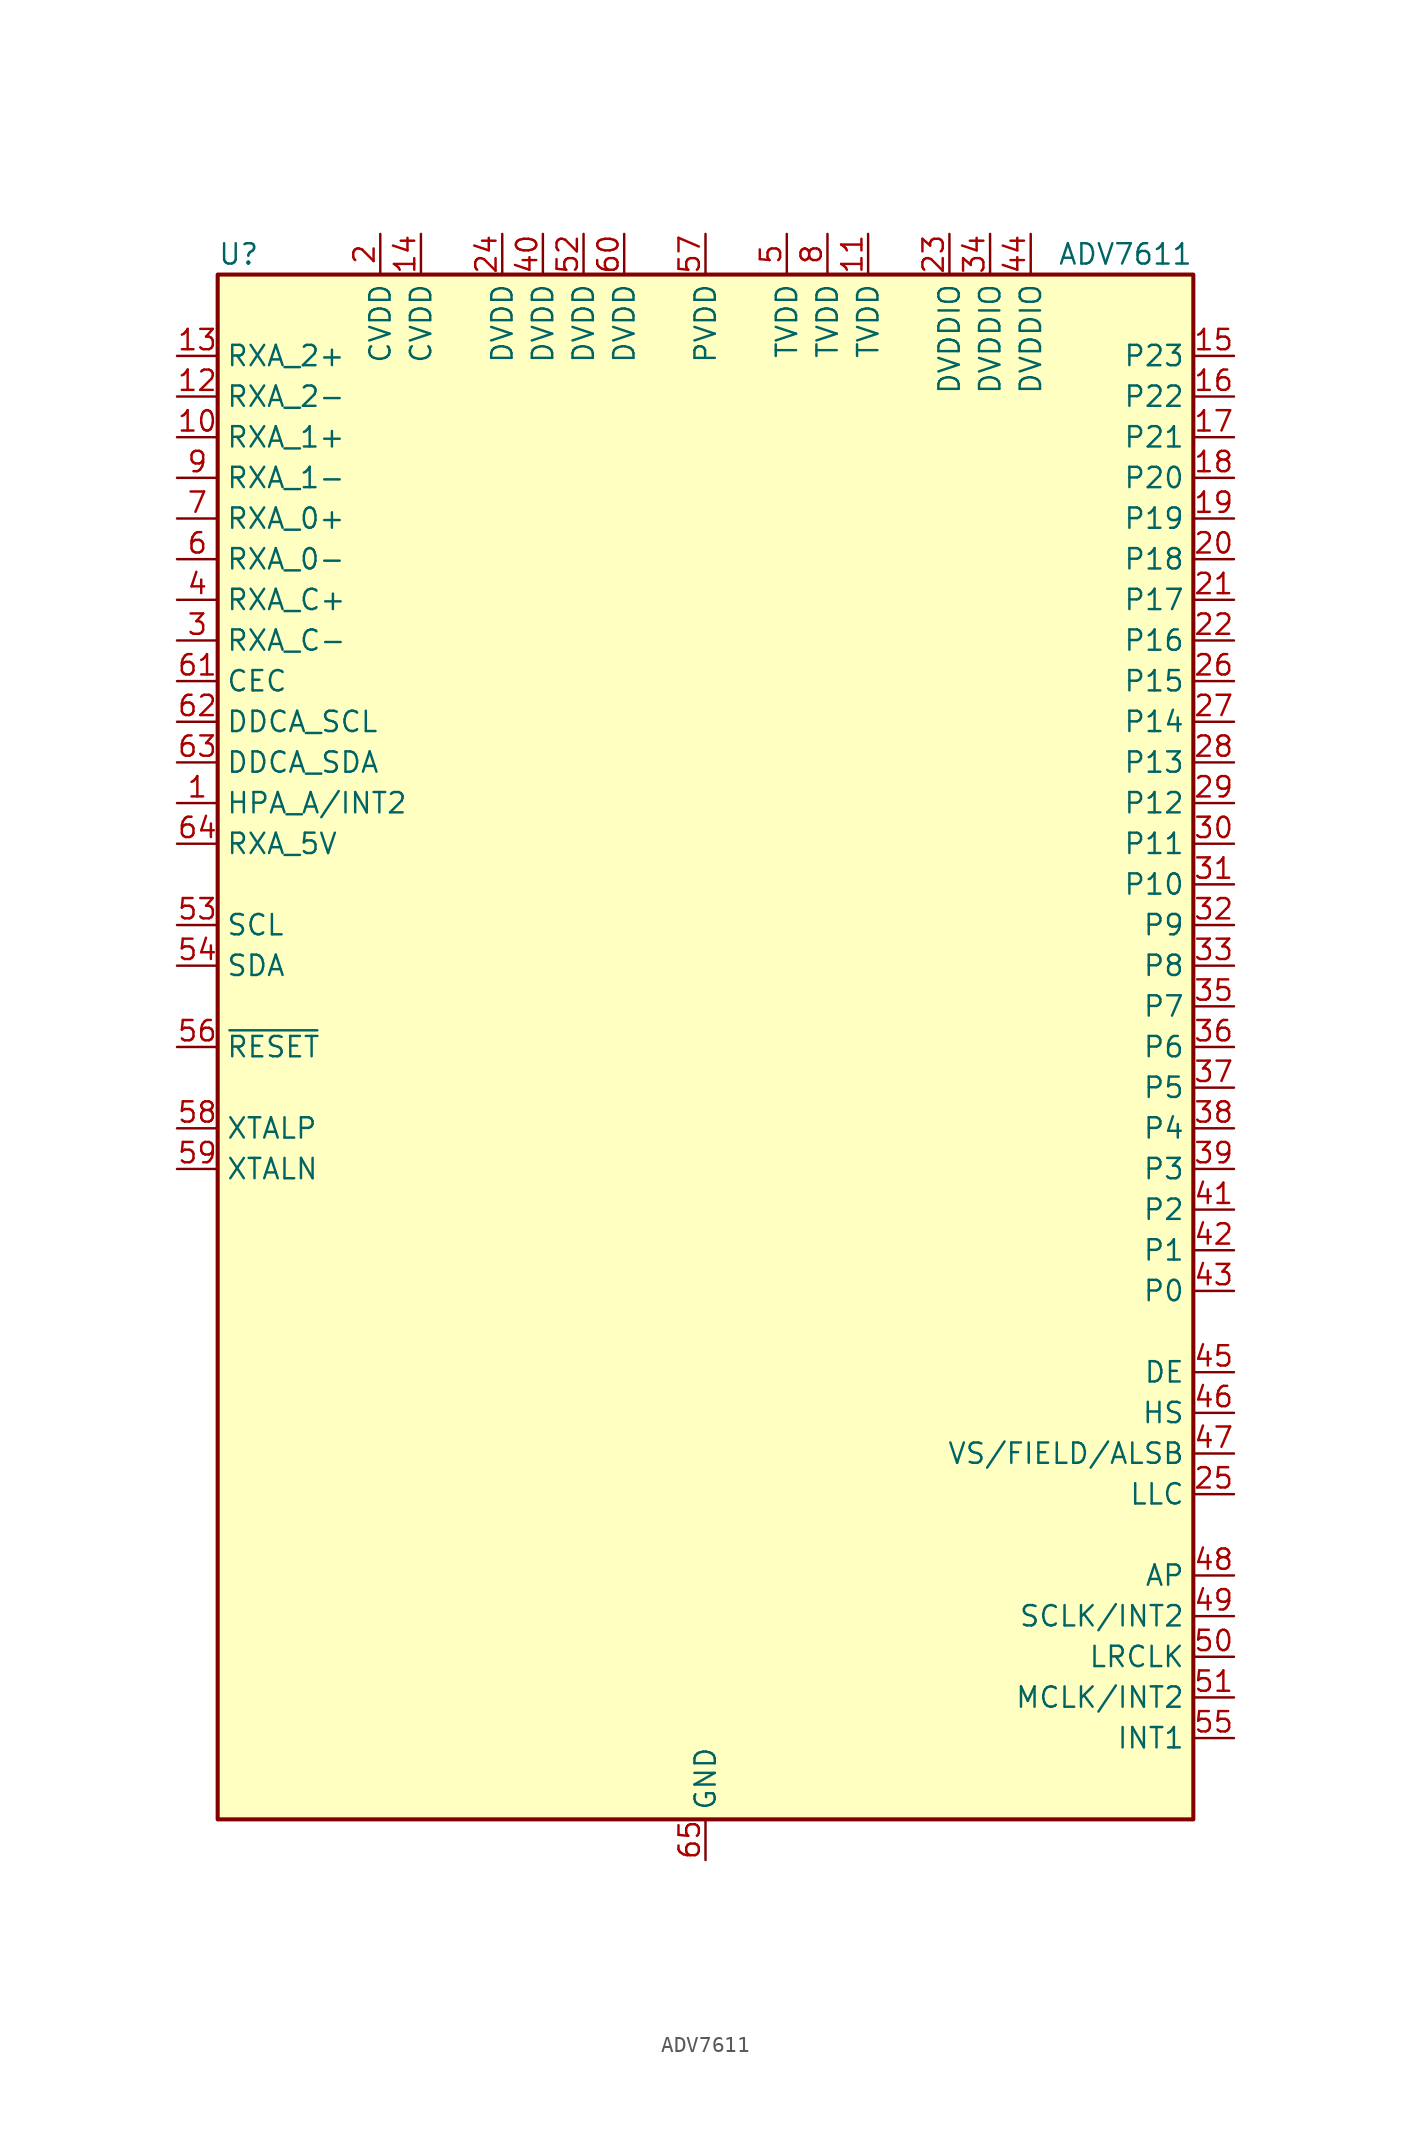
<source format=kicad_sym>
(kicad_symbol_lib
  (version 20201005)
  (generator kicad_symbol_editor)
  (symbol "ADV7611"
    (property "Reference" "U"
      (at -30.48 49.53 0)
      (effects (font (size 1.27 1.27)) (justify left)))
    (property "Value" "ADV7611"
      (at 30.48 49.53 0)
      (effects (font (size 1.27 1.27)) (justify right)))
    (symbol "ADV7611_0_1"
      (rectangle (start -30.48 48.26) (end 30.48 -48.26) (stroke (width 0.254)) (fill (type background))))
    (symbol "ADV7611_1_1"
      (pin bidirectional line (at -33.02 15.24 0) (length 2.54) (name "HPA_A/INT2" (effects (font (size 1.27 1.27)))) (number "1" (effects (font (size 1.27 1.27)))))
      (pin input line (at -33.02 38.1 0) (length 2.54) (name "RXA_1+" (effects (font (size 1.27 1.27)))) (number "10" (effects (font (size 1.27 1.27)))))
      (pin power_in line (at 10.16 50.8 270) (length 2.54) (name "TVDD" (effects (font (size 1.27 1.27)))) (number "11" (effects (font (size 1.27 1.27)))))
      (pin input line (at -33.02 40.64 0) (length 2.54) (name "RXA_2−" (effects (font (size 1.27 1.27)))) (number "12" (effects (font (size 1.27 1.27)))))
      (pin input line (at -33.02 43.18 0) (length 2.54) (name "RXA_2+" (effects (font (size 1.27 1.27)))) (number "13" (effects (font (size 1.27 1.27)))))
      (pin power_in line (at -17.78 50.8 270) (length 2.54) (name "CVDD" (effects (font (size 1.27 1.27)))) (number "14" (effects (font (size 1.27 1.27)))))
      (pin output line (at 33.02 43.18 180) (length 2.54) (name "P23" (effects (font (size 1.27 1.27)))) (number "15" (effects (font (size 1.27 1.27)))))
      (pin output line (at 33.02 40.64 180) (length 2.54) (name "P22" (effects (font (size 1.27 1.27)))) (number "16" (effects (font (size 1.27 1.27)))))
      (pin output line (at 33.02 38.1 180) (length 2.54) (name "P21" (effects (font (size 1.27 1.27)))) (number "17" (effects (font (size 1.27 1.27)))))
      (pin output line (at 33.02 35.56 180) (length 2.54) (name "P20" (effects (font (size 1.27 1.27)))) (number "18" (effects (font (size 1.27 1.27)))))
      (pin output line (at 33.02 33.02 180) (length 2.54) (name "P19" (effects (font (size 1.27 1.27)))) (number "19" (effects (font (size 1.27 1.27)))))
      (pin power_in line (at -20.32 50.8 270) (length 2.54) (name "CVDD" (effects (font (size 1.27 1.27)))) (number "2" (effects (font (size 1.27 1.27)))))
      (pin output line (at 33.02 30.48 180) (length 2.54) (name "P18" (effects (font (size 1.27 1.27)))) (number "20" (effects (font (size 1.27 1.27)))))
      (pin output line (at 33.02 27.94 180) (length 2.54) (name "P17" (effects (font (size 1.27 1.27)))) (number "21" (effects (font (size 1.27 1.27)))))
      (pin output line (at 33.02 25.4 180) (length 2.54) (name "P16" (effects (font (size 1.27 1.27)))) (number "22" (effects (font (size 1.27 1.27)))))
      (pin power_in line (at 15.24 50.8 270) (length 2.54) (name "DVDDIO" (effects (font (size 1.27 1.27)))) (number "23" (effects (font (size 1.27 1.27)))))
      (pin power_in line (at -12.7 50.8 270) (length 2.54) (name "DVDD" (effects (font (size 1.27 1.27)))) (number "24" (effects (font (size 1.27 1.27)))))
      (pin output line (at 33.02 -27.94 180) (length 2.54) (name "LLC" (effects (font (size 1.27 1.27)))) (number "25" (effects (font (size 1.27 1.27)))))
      (pin output line (at 33.02 22.86 180) (length 2.54) (name "P15" (effects (font (size 1.27 1.27)))) (number "26" (effects (font (size 1.27 1.27)))))
      (pin output line (at 33.02 20.32 180) (length 2.54) (name "P14" (effects (font (size 1.27 1.27)))) (number "27" (effects (font (size 1.27 1.27)))))
      (pin output line (at 33.02 17.78 180) (length 2.54) (name "P13" (effects (font (size 1.27 1.27)))) (number "28" (effects (font (size 1.27 1.27)))))
      (pin output line (at 33.02 15.24 180) (length 2.54) (name "P12" (effects (font (size 1.27 1.27)))) (number "29" (effects (font (size 1.27 1.27)))))
      (pin input line (at -33.02 25.4 0) (length 2.54) (name "RXA_C−" (effects (font (size 1.27 1.27)))) (number "3" (effects (font (size 1.27 1.27)))))
      (pin output line (at 33.02 12.7 180) (length 2.54) (name "P11" (effects (font (size 1.27 1.27)))) (number "30" (effects (font (size 1.27 1.27)))))
      (pin output line (at 33.02 10.16 180) (length 2.54) (name "P10" (effects (font (size 1.27 1.27)))) (number "31" (effects (font (size 1.27 1.27)))))
      (pin output line (at 33.02 7.62 180) (length 2.54) (name "P9" (effects (font (size 1.27 1.27)))) (number "32" (effects (font (size 1.27 1.27)))))
      (pin output line (at 33.02 5.08 180) (length 2.54) (name "P8" (effects (font (size 1.27 1.27)))) (number "33" (effects (font (size 1.27 1.27)))))
      (pin power_in line (at 17.78 50.8 270) (length 2.54) (name "DVDDIO" (effects (font (size 1.27 1.27)))) (number "34" (effects (font (size 1.27 1.27)))))
      (pin output line (at 33.02 2.54 180) (length 2.54) (name "P7" (effects (font (size 1.27 1.27)))) (number "35" (effects (font (size 1.27 1.27)))))
      (pin output line (at 33.02 0 180) (length 2.54) (name "P6" (effects (font (size 1.27 1.27)))) (number "36" (effects (font (size 1.27 1.27)))))
      (pin output line (at 33.02 -2.54 180) (length 2.54) (name "P5" (effects (font (size 1.27 1.27)))) (number "37" (effects (font (size 1.27 1.27)))))
      (pin output line (at 33.02 -5.08 180) (length 2.54) (name "P4" (effects (font (size 1.27 1.27)))) (number "38" (effects (font (size 1.27 1.27)))))
      (pin output line (at 33.02 -7.62 180) (length 2.54) (name "P3" (effects (font (size 1.27 1.27)))) (number "39" (effects (font (size 1.27 1.27)))))
      (pin input line (at -33.02 27.94 0) (length 2.54) (name "RXA_C+" (effects (font (size 1.27 1.27)))) (number "4" (effects (font (size 1.27 1.27)))))
      (pin power_in line (at -10.16 50.8 270) (length 2.54) (name "DVDD" (effects (font (size 1.27 1.27)))) (number "40" (effects (font (size 1.27 1.27)))))
      (pin output line (at 33.02 -10.16 180) (length 2.54) (name "P2" (effects (font (size 1.27 1.27)))) (number "41" (effects (font (size 1.27 1.27)))))
      (pin output line (at 33.02 -12.7 180) (length 2.54) (name "P1" (effects (font (size 1.27 1.27)))) (number "42" (effects (font (size 1.27 1.27)))))
      (pin output line (at 33.02 -15.24 180) (length 2.54) (name "P0" (effects (font (size 1.27 1.27)))) (number "43" (effects (font (size 1.27 1.27)))))
      (pin power_in line (at 20.32 50.8 270) (length 2.54) (name "DVDDIO" (effects (font (size 1.27 1.27)))) (number "44" (effects (font (size 1.27 1.27)))))
      (pin output line (at 33.02 -20.32 180) (length 2.54) (name "DE" (effects (font (size 1.27 1.27)))) (number "45" (effects (font (size 1.27 1.27)))))
      (pin output line (at 33.02 -22.86 180) (length 2.54) (name "HS" (effects (font (size 1.27 1.27)))) (number "46" (effects (font (size 1.27 1.27)))))
      (pin bidirectional line (at 33.02 -25.4 180) (length 2.54) (name "VS/FIELD/ALSB" (effects (font (size 1.27 1.27)))) (number "47" (effects (font (size 1.27 1.27)))))
      (pin output line (at 33.02 -33.02 180) (length 2.54) (name "AP" (effects (font (size 1.27 1.27)))) (number "48" (effects (font (size 1.27 1.27)))))
      (pin output line (at 33.02 -35.56 180) (length 2.54) (name "SCLK/INT2" (effects (font (size 1.27 1.27)))) (number "49" (effects (font (size 1.27 1.27)))))
      (pin power_in line (at 5.08 50.8 270) (length 2.54) (name "TVDD" (effects (font (size 1.27 1.27)))) (number "5" (effects (font (size 1.27 1.27)))))
      (pin output line (at 33.02 -38.1 180) (length 2.54) (name "LRCLK" (effects (font (size 1.27 1.27)))) (number "50" (effects (font (size 1.27 1.27)))))
      (pin output line (at 33.02 -40.64 180) (length 2.54) (name "MCLK/INT2" (effects (font (size 1.27 1.27)))) (number "51" (effects (font (size 1.27 1.27)))))
      (pin power_in line (at -7.62 50.8 270) (length 2.54) (name "DVDD" (effects (font (size 1.27 1.27)))) (number "52" (effects (font (size 1.27 1.27)))))
      (pin input line (at -33.02 7.62 0) (length 2.54) (name "SCL" (effects (font (size 1.27 1.27)))) (number "53" (effects (font (size 1.27 1.27)))))
      (pin bidirectional line (at -33.02 5.08 0) (length 2.54) (name "SDA" (effects (font (size 1.27 1.27)))) (number "54" (effects (font (size 1.27 1.27)))))
      (pin output line (at 33.02 -43.18 180) (length 2.54) (name "INT1" (effects (font (size 1.27 1.27)))) (number "55" (effects (font (size 1.27 1.27)))))
      (pin input line (at -33.02 0 0) (length 2.54) (name "~RESET" (effects (font (size 1.27 1.27)))) (number "56" (effects (font (size 1.27 1.27)))))
      (pin power_in line (at 0 50.8 270) (length 2.54) (name "PVDD" (effects (font (size 1.27 1.27)))) (number "57" (effects (font (size 1.27 1.27)))))
      (pin input line (at -33.02 -5.08 0) (length 2.54) (name "XTALP" (effects (font (size 1.27 1.27)))) (number "58" (effects (font (size 1.27 1.27)))))
      (pin input line (at -33.02 -7.62 0) (length 2.54) (name "XTALN" (effects (font (size 1.27 1.27)))) (number "59" (effects (font (size 1.27 1.27)))))
      (pin input line (at -33.02 30.48 0) (length 2.54) (name "RXA_0−" (effects (font (size 1.27 1.27)))) (number "6" (effects (font (size 1.27 1.27)))))
      (pin power_in line (at -5.08 50.8 270) (length 2.54) (name "DVDD" (effects (font (size 1.27 1.27)))) (number "60" (effects (font (size 1.27 1.27)))))
      (pin bidirectional line (at -33.02 22.86 0) (length 2.54) (name "CEC" (effects (font (size 1.27 1.27)))) (number "61" (effects (font (size 1.27 1.27)))))
      (pin input line (at -33.02 20.32 0) (length 2.54) (name "DDCA_SCL" (effects (font (size 1.27 1.27)))) (number "62" (effects (font (size 1.27 1.27)))))
      (pin bidirectional line (at -33.02 17.78 0) (length 2.54) (name "DDCA_SDA" (effects (font (size 1.27 1.27)))) (number "63" (effects (font (size 1.27 1.27)))))
      (pin input line (at -33.02 12.7 0) (length 2.54) (name "RXA_5V" (effects (font (size 1.27 1.27)))) (number "64" (effects (font (size 1.27 1.27)))))
      (pin power_in line (at 0 -50.8 90) (length 2.54) (name "GND" (effects (font (size 1.27 1.27)))) (number "65" (effects (font (size 1.27 1.27)))))
      (pin input line (at -33.02 33.02 0) (length 2.54) (name "RXA_0+" (effects (font (size 1.27 1.27)))) (number "7" (effects (font (size 1.27 1.27)))))
      (pin power_in line (at 7.62 50.8 270) (length 2.54) (name "TVDD" (effects (font (size 1.27 1.27)))) (number "8" (effects (font (size 1.27 1.27)))))
      (pin input line (at -33.02 35.56 0) (length 2.54) (name "RXA_1−" (effects (font (size 1.27 1.27)))) (number "9" (effects (font (size 1.27 1.27))))))))
</source>
